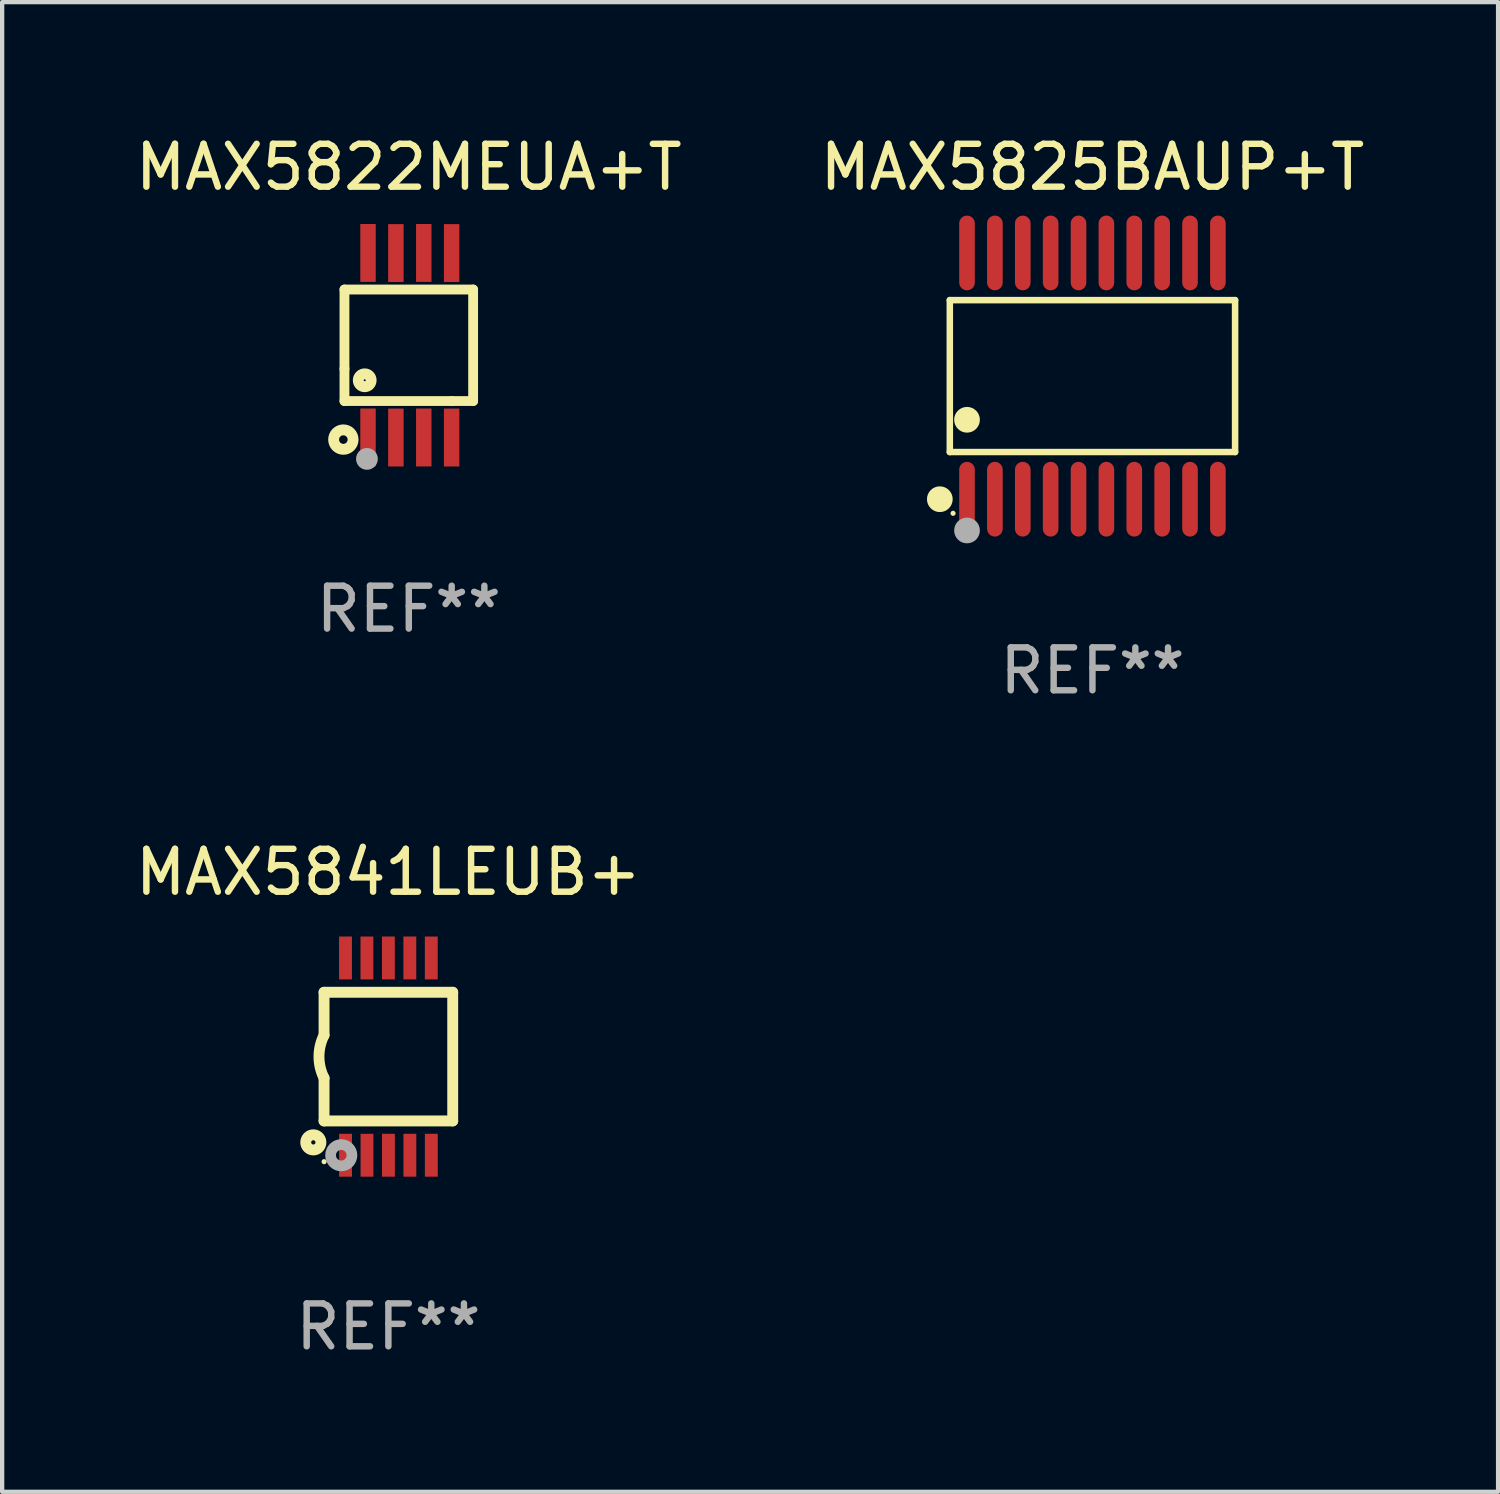
<source format=kicad_pcb>
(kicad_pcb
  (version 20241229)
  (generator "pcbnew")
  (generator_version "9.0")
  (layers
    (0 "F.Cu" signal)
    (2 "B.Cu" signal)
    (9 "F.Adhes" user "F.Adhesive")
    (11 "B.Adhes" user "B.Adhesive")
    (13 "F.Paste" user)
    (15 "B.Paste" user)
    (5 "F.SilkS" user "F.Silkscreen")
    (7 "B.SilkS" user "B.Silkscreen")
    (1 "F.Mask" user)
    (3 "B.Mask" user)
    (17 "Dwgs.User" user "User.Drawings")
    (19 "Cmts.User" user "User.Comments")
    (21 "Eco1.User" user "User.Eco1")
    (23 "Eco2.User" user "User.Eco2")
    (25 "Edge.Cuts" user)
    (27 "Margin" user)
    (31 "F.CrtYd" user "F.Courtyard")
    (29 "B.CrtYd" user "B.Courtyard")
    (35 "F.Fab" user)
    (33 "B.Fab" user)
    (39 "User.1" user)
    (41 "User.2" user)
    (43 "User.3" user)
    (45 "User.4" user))
  (footprint "MAX5841LEUB+"
    (layer "F.Cu")
    (at 6.006 21.587)
    (property "Reference" "MAX5841LEUB+" (at 0 -4.3 0) (layer "F.SilkS") (effects (font (size 1 1) (thickness 0.15))))
    (attr through_hole)
    (fp_line (start -1.5 -1.5) (end -1.5 -0.5) (stroke (width 0.254) (type solid)) (layer "F.SilkS"))
    (fp_line (start -1.5 1.5) (end -1.5 0.5) (stroke (width 0.254) (type solid)) (layer "F.SilkS"))
    (fp_line (start -1.5 1.5) (end 1.5 1.5) (stroke (width 0.254) (type solid)) (layer "F.SilkS"))
    (fp_line (start 1.5 1.5) (end 1.5 -1.5) (stroke (width 0.254) (type solid)) (layer "F.SilkS"))
    (fp_line (start 1.5 -1.5) (end -1.5 -1.5) (stroke (width 0.254) (type solid)) (layer "F.SilkS"))
    (fp_arc (start -1.500165 0.5) (mid -1.618199 0) (end -1.500165 -0.5) (stroke (width 0.254001) (type solid)) (layer "F.SilkS"))
    (fp_circle (center -1.75 2) (end -1.573 2) (stroke (width 0.254) (type solid)) (fill no) (layer "F.SilkS"))
    (fp_circle (center -1.499 2.45) (end -1.469 2.45) (stroke (width 0.06) (type solid)) (fill no) (layer "F.SilkS"))
    (fp_circle (center -1.099 2.3) (end -0.975 2.3) (stroke (width 0.25) (type solid)) (fill no) (layer "F.Fab"))
    (fp_text user "REF**" (at 0 6.3 0) (layer "F.Fab") (effects (font (size 1 1) (thickness 0.15))))
    (pad "1" smd rect (at -0.999 2.3 180) (size 0.3 1) (layers "F.Cu" "F.Mask" "F.Paste"))
    (pad "2" smd rect (at -0.499 2.3 180) (size 0.3 1) (layers "F.Cu" "F.Mask" "F.Paste"))
    (pad "3" smd rect (at 0.001 2.3 180) (size 0.3 1) (layers "F.Cu" "F.Mask" "F.Paste"))
    (pad "4" smd rect (at 0.501 2.3 180) (size 0.3 1) (layers "F.Cu" "F.Mask" "F.Paste"))
    (pad "5" smd rect (at 1.001 2.3 180) (size 0.3 1) (layers "F.Cu" "F.Mask" "F.Paste"))
    (pad "6" smd rect (at 1 -2.3 180) (size 0.3 1) (layers "F.Cu" "F.Mask" "F.Paste"))
    (pad "7" smd rect (at 0.5 -2.3 180) (size 0.3 1) (layers "F.Cu" "F.Mask" "F.Paste"))
    (pad "8" smd rect (at -0.000165 -2.3 180) (size 0.3 1) (layers "F.Cu" "F.Mask" "F.Paste"))
    (pad "9" smd rect (at -0.5 -2.3 180) (size 0.3 1) (layers "F.Cu" "F.Mask" "F.Paste"))
    (pad "10" smd rect (at -1 -2.3 180) (size 0.3 1) (layers "F.Cu" "F.Mask" "F.Paste")))
  (footprint "MAX5825BAUP+T"
    (layer "F.Cu")
    (at 22.423 5.719)
    (property "Reference" "MAX5825BAUP+T" (at 0 -4.871 0) (layer "F.SilkS") (effects (font (size 1 1) (thickness 0.15))))
    (attr through_hole)
    (fp_line (start -3.326 -1.771) (end 3.326 -1.771) (stroke (width 0.152) (type solid)) (layer "F.SilkS"))
    (fp_line (start -3.326 1.771) (end -3.326 -1.771) (stroke (width 0.152) (type solid)) (layer "F.SilkS"))
    (fp_line (start 3.326 -1.771) (end 3.326 1.771) (stroke (width 0.152) (type solid)) (layer "F.SilkS"))
    (fp_line (start 3.326 1.771) (end -3.326 1.771) (stroke (width 0.152) (type solid)) (layer "F.SilkS"))
    (fp_circle (center -3.559 2.871) (end -3.409 2.871) (stroke (width 0.3) (type solid)) (fill no) (layer "F.SilkS"))
    (fp_circle (center -3.25 3.2) (end -3.22 3.2) (stroke (width 0.06) (type solid)) (fill no) (layer "F.SilkS"))
    (fp_circle (center -2.925 1.019) (end -2.775 1.019) (stroke (width 0.3) (type solid)) (fill no) (layer "F.SilkS"))
    (fp_circle (center -2.925 3.6) (end -2.775 3.6) (stroke (width 0.3) (type solid)) (fill no) (layer "F.Fab"))
    (fp_text user "REF**" (at 0 6.871 0) (layer "F.Fab") (effects (font (size 1 1) (thickness 0.15))))
    (pad "1" smd oval (at -2.925 2.871) (size 0.364 1.742) (layers "F.Cu" "F.Mask" "F.Paste"))
    (pad "2" smd oval (at -2.275 2.871) (size 0.364 1.742) (layers "F.Cu" "F.Mask" "F.Paste"))
    (pad "3" smd oval (at -1.625 2.871) (size 0.364 1.742) (layers "F.Cu" "F.Mask" "F.Paste"))
    (pad "4" smd oval (at -0.975 2.871) (size 0.364 1.742) (layers "F.Cu" "F.Mask" "F.Paste"))
    (pad "5" smd oval (at -0.325 2.871) (size 0.364 1.742) (layers "F.Cu" "F.Mask" "F.Paste"))
    (pad "6" smd oval (at 0.325 2.871) (size 0.364 1.742) (layers "F.Cu" "F.Mask" "F.Paste"))
    (pad "7" smd oval (at 0.975 2.871) (size 0.364 1.742) (layers "F.Cu" "F.Mask" "F.Paste"))
    (pad "8" smd oval (at 1.625 2.871) (size 0.364 1.742) (layers "F.Cu" "F.Mask" "F.Paste"))
    (pad "9" smd oval (at 2.275 2.871) (size 0.364 1.742) (layers "F.Cu" "F.Mask" "F.Paste"))
    (pad "10" smd oval (at 2.925 2.871) (size 0.364 1.742) (layers "F.Cu" "F.Mask" "F.Paste"))
    (pad "11" smd oval (at 2.925 -2.871) (size 0.364 1.742) (layers "F.Cu" "F.Mask" "F.Paste"))
    (pad "12" smd oval (at 2.275 -2.871) (size 0.364 1.742) (layers "F.Cu" "F.Mask" "F.Paste"))
    (pad "13" smd oval (at 1.625 -2.871) (size 0.364 1.742) (layers "F.Cu" "F.Mask" "F.Paste"))
    (pad "14" smd oval (at 0.975 -2.871) (size 0.364 1.742) (layers "F.Cu" "F.Mask" "F.Paste"))
    (pad "15" smd oval (at 0.325 -2.871) (size 0.364 1.742) (layers "F.Cu" "F.Mask" "F.Paste"))
    (pad "16" smd oval (at -0.325 -2.871) (size 0.364 1.742) (layers "F.Cu" "F.Mask" "F.Paste"))
    (pad "17" smd oval (at -0.975 -2.871) (size 0.364 1.742) (layers "F.Cu" "F.Mask" "F.Paste"))
    (pad "18" smd oval (at -1.625 -2.871) (size 0.364 1.742) (layers "F.Cu" "F.Mask" "F.Paste"))
    (pad "19" smd oval (at -2.275 -2.871) (size 0.364 1.742) (layers "F.Cu" "F.Mask" "F.Paste"))
    (pad "20" smd oval (at -2.925 -2.871) (size 0.364 1.742) (layers "F.Cu" "F.Mask" "F.Paste")))
  (footprint "MAX5822MEUA+T"
    (layer "F.Cu")
    (at 6.482 5)
    (property "Reference" "MAX5822MEUA+T" (at 0 -4.152 0) (layer "F.SilkS") (effects (font (size 1 1) (thickness 0.15))))
    (attr through_hole)
    (fp_line (start -1.5 1.301) (end 1 1.301) (stroke (width 0.229) (type solid)) (layer "F.SilkS"))
    (fp_line (start -1.5 -1.299) (end -1.5 0.551) (stroke (width 0.229) (type solid)) (layer "F.SilkS"))
    (fp_line (start -1.5 0.551) (end -1.5 1.301) (stroke (width 0.229) (type solid)) (layer "F.SilkS"))
    (fp_line (start 1 1.301) (end 1.5 1.301) (stroke (width 0.229) (type solid)) (layer "F.SilkS"))
    (fp_line (start 1.5 1.301) (end 1.5 -1.299) (stroke (width 0.229) (type solid)) (layer "F.SilkS"))
    (fp_line (start 1.5 -1.299) (end -1.5 -1.299) (stroke (width 0.229) (type solid)) (layer "F.SilkS"))
    (fp_circle (center -1.526 2.2) (end -1.426 2.2) (stroke (width 0.254) (type solid)) (fill no) (layer "F.SilkS"))
    (fp_circle (center -1.476 2.45) (end -1.446 2.45) (stroke (width 0.06) (type solid)) (fill no) (layer "F.SilkS"))
    (fp_circle (center -1.028 0.817) (end -0.878 0.817) (stroke (width 0.254) (type solid)) (fill no) (layer "F.SilkS"))
    (fp_circle (center -0.976 2.65) (end -0.849 2.65) (stroke (width 0.254) (type solid)) (fill no) (layer "F.Fab"))
    (fp_text user "REF**" (at 0 6.152 0) (layer "F.Fab") (effects (font (size 1 1) (thickness 0.15))))
    (pad "1" smd rect (at -0.951 2.15) (size 0.36 1.35) (layers "F.Cu" "F.Mask" "F.Paste"))
    (pad "2" smd rect (at -0.301 2.152) (size 0.36 1.35) (layers "F.Cu" "F.Mask" "F.Paste"))
    (pad "3" smd rect (at 0.349 2.151) (size 0.36 1.35) (layers "F.Cu" "F.Mask" "F.Paste"))
    (pad "4" smd rect (at 0.999 2.152) (size 0.36 1.35) (layers "F.Cu" "F.Mask" "F.Paste"))
    (pad "5" smd rect (at 0.999 -2.149) (size 0.36 1.35) (layers "F.Cu" "F.Mask" "F.Paste"))
    (pad "6" smd rect (at 0.349 -2.152) (size 0.36 1.35) (layers "F.Cu" "F.Mask" "F.Paste"))
    (pad "7" smd rect (at -0.301 -2.149) (size 0.36 1.35) (layers "F.Cu" "F.Mask" "F.Paste"))
    (pad "8" smd rect (at -0.951 -2.152) (size 0.36 1.35) (layers "F.Cu" "F.Mask" "F.Paste")))
  (gr_rect
    (start -3 -3)
    (end 31.881 31.735)
    (stroke (width 0.1) (type default))
    (fill no)
    (layer "Edge.Cuts")))
</source>
